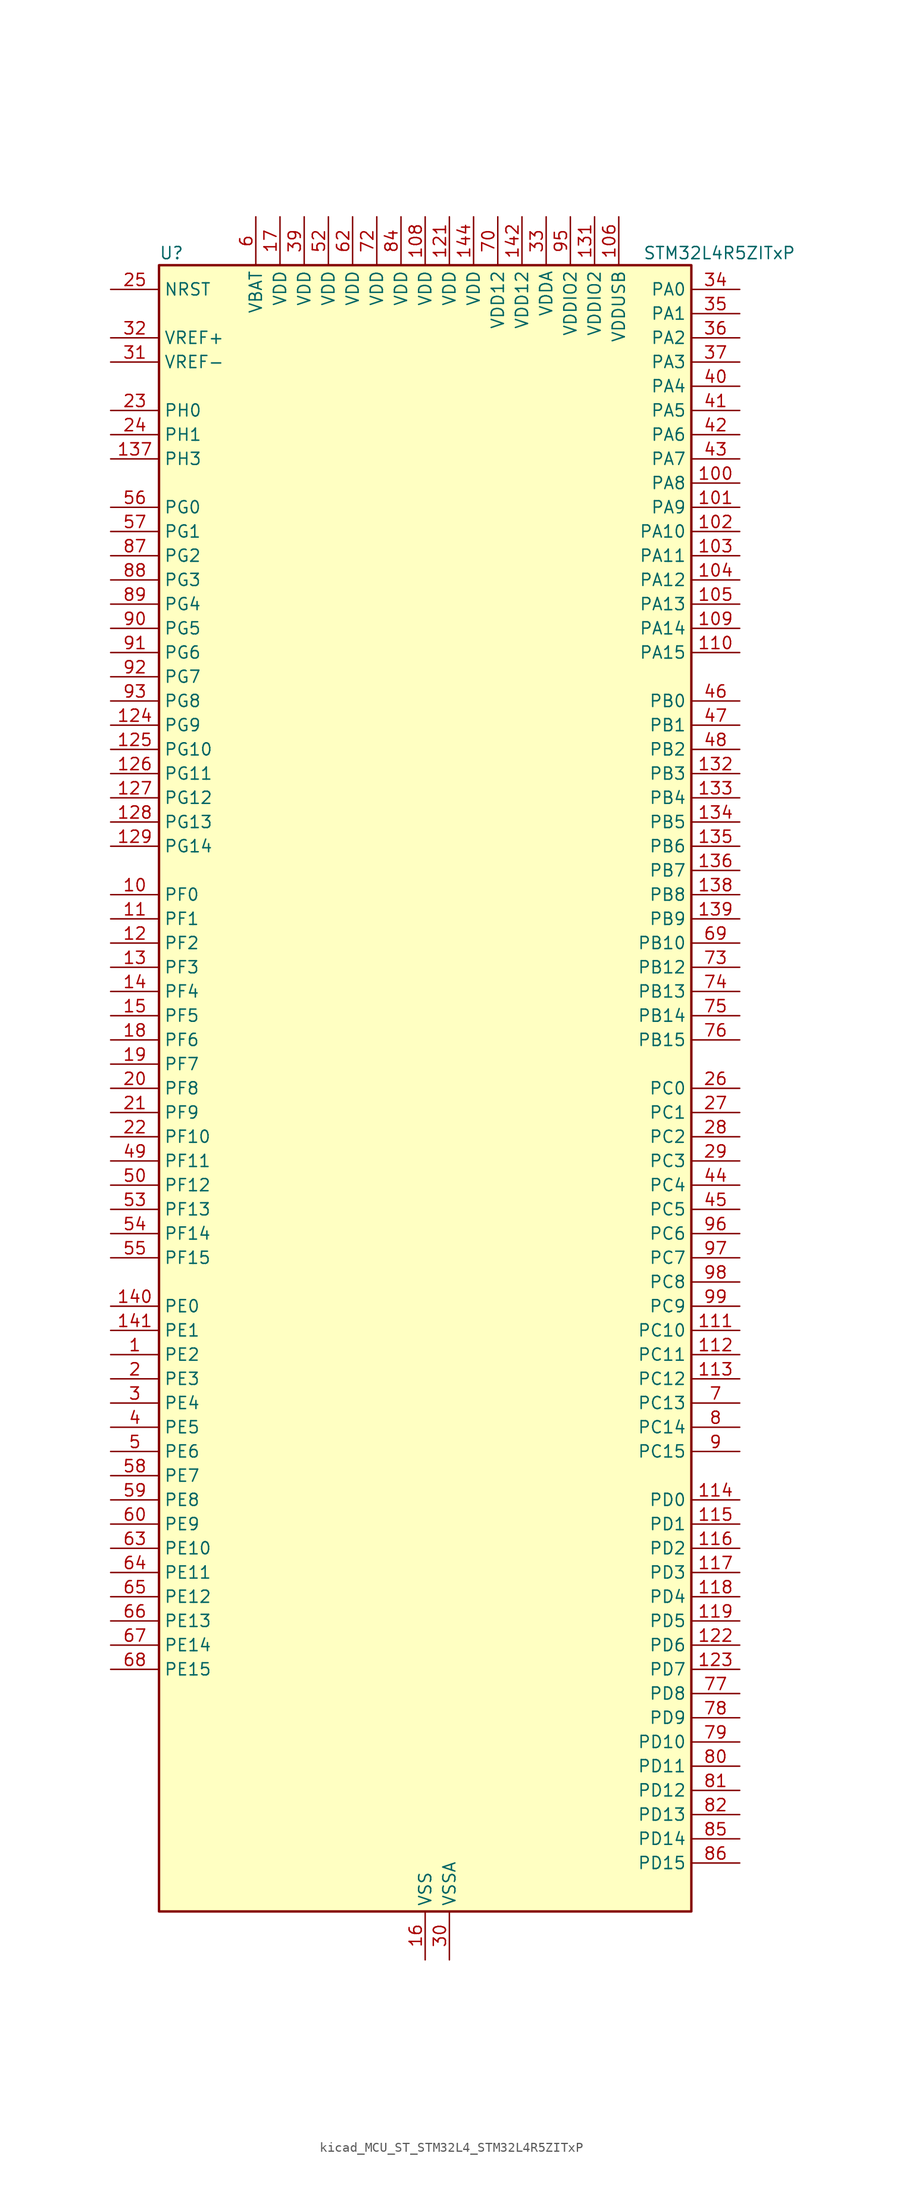
<source format=kicad_sym>
(kicad_symbol_lib
  (version 20220914)
  (generator kicad_symbol_editor)
  (symbol "kicad_MCU_ST_STM32L4_STM32L4R5ZITxP"
    (property "Reference" "U"
      (at -27.94 87.63 0)
      (effects (font (size 1.27 1.27)) (justify left)))
    (property "Value" "STM32L4R5ZITxP"
      (at 22.86 87.63 0)
      (effects (font (size 1.27 1.27)) (justify left)))
    (property "ki_locked" ""
      (at 0 0 0)
      (effects (font (size 1.27 1.27))))
    (symbol "kicad_MCU_ST_STM32L4_STM32L4R5ZITxP_0_1"
      (rectangle (start -27.94 -86.36) (end 27.94 86.36) (stroke (width 0.254) (type default)) (fill (type background))))
    (symbol "kicad_MCU_ST_STM32L4_STM32L4R5ZITxP_1_1"
      (pin bidirectional line (at -33.02 -27.94 0) (length 5.08) (name "PE2" (effects (font (size 1.27 1.27)))) (number "1" (effects (font (size 1.27 1.27)))) (alternate "FMC_A23" bidirectional line) (alternate "SAI1_CK1" bidirectional line) (alternate "SAI1_MCLK_A" bidirectional line) (alternate "SYS_TRACECLK" bidirectional line) (alternate "TIM3_ETR" bidirectional line) (alternate "TSC_G7_IO1" bidirectional line))
      (pin bidirectional line (at -33.02 20.32 0) (length 5.08) (name "PF0" (effects (font (size 1.27 1.27)))) (number "10" (effects (font (size 1.27 1.27)))) (alternate "FMC_A0" bidirectional line) (alternate "I2C2_SDA" bidirectional line) (alternate "OCTOSPIM_P2_IO0" bidirectional line))
      (pin bidirectional line (at 33.02 63.5 180) (length 5.08) (name "PA8" (effects (font (size 1.27 1.27)))) (number "100" (effects (font (size 1.27 1.27)))) (alternate "LPTIM2_OUT" bidirectional line) (alternate "RCC_MCO" bidirectional line) (alternate "SAI1_CK2" bidirectional line) (alternate "SAI1_SCK_A" bidirectional line) (alternate "TIM1_CH1" bidirectional line) (alternate "USART1_CK" bidirectional line) (alternate "USB_OTG_FS_SOF" bidirectional line))
      (pin bidirectional line (at 33.02 60.96 180) (length 5.08) (name "PA9" (effects (font (size 1.27 1.27)))) (number "101" (effects (font (size 1.27 1.27)))) (alternate "DAC1_EXTI9" bidirectional line) (alternate "DCMI_D0" bidirectional line) (alternate "SAI1_FS_A" bidirectional line) (alternate "SPI2_SCK" bidirectional line) (alternate "TIM15_BKIN" bidirectional line) (alternate "TIM1_CH2" bidirectional line) (alternate "USART1_TX" bidirectional line) (alternate "USB_OTG_FS_VBUS" bidirectional line))
      (pin bidirectional line (at 33.02 58.42 180) (length 5.08) (name "PA10" (effects (font (size 1.27 1.27)))) (number "102" (effects (font (size 1.27 1.27)))) (alternate "DCMI_D1" bidirectional line) (alternate "SAI1_D1" bidirectional line) (alternate "SAI1_SD_A" bidirectional line) (alternate "TIM17_BKIN" bidirectional line) (alternate "TIM1_CH3" bidirectional line) (alternate "USART1_RX" bidirectional line) (alternate "USB_OTG_FS_ID" bidirectional line))
      (pin bidirectional line (at 33.02 55.88 180) (length 5.08) (name "PA11" (effects (font (size 1.27 1.27)))) (number "103" (effects (font (size 1.27 1.27)))) (alternate "ADC1_EXTI11" bidirectional line) (alternate "CAN1_RX" bidirectional line) (alternate "SPI1_MISO" bidirectional line) (alternate "TIM1_BKIN2" bidirectional line) (alternate "TIM1_CH4" bidirectional line) (alternate "USART1_CTS" bidirectional line) (alternate "USART1_NSS" bidirectional line) (alternate "USB_OTG_FS_DM" bidirectional line))
      (pin bidirectional line (at 33.02 53.34 180) (length 5.08) (name "PA12" (effects (font (size 1.27 1.27)))) (number "104" (effects (font (size 1.27 1.27)))) (alternate "CAN1_TX" bidirectional line) (alternate "SPI1_MOSI" bidirectional line) (alternate "TIM1_ETR" bidirectional line) (alternate "USART1_DE" bidirectional line) (alternate "USART1_RTS" bidirectional line) (alternate "USB_OTG_FS_DP" bidirectional line))
      (pin bidirectional line (at 33.02 50.8 180) (length 5.08) (name "PA13" (effects (font (size 1.27 1.27)))) (number "105" (effects (font (size 1.27 1.27)))) (alternate "IR_OUT" bidirectional line) (alternate "SAI1_SD_B" bidirectional line) (alternate "SYS_JTMS-SWDIO" bidirectional line) (alternate "USB_OTG_FS_NOE" bidirectional line))
      (pin power_in line (at 20.32 91.44 270) (length 5.08) (name "VDDUSB" (effects (font (size 1.27 1.27)))) (number "106" (effects (font (size 1.27 1.27)))))
      (pin passive line (at 0 -91.44 90) (length 5.08) hide (name "VSS" (effects (font (size 1.27 1.27)))) (number "107" (effects (font (size 1.27 1.27)))))
      (pin power_in line (at 0 91.44 270) (length 5.08) (name "VDD" (effects (font (size 1.27 1.27)))) (number "108" (effects (font (size 1.27 1.27)))))
      (pin bidirectional line (at 33.02 48.26 180) (length 5.08) (name "PA14" (effects (font (size 1.27 1.27)))) (number "109" (effects (font (size 1.27 1.27)))) (alternate "I2C1_SMBA" bidirectional line) (alternate "I2C4_SMBA" bidirectional line) (alternate "LPTIM1_OUT" bidirectional line) (alternate "SAI1_FS_B" bidirectional line) (alternate "SYS_JTCK-SWCLK" bidirectional line) (alternate "USB_OTG_FS_SOF" bidirectional line))
      (pin bidirectional line (at -33.02 17.78 0) (length 5.08) (name "PF1" (effects (font (size 1.27 1.27)))) (number "11" (effects (font (size 1.27 1.27)))) (alternate "FMC_A1" bidirectional line) (alternate "I2C2_SCL" bidirectional line) (alternate "OCTOSPIM_P2_IO1" bidirectional line))
      (pin bidirectional line (at 33.02 45.72 180) (length 5.08) (name "PA15" (effects (font (size 1.27 1.27)))) (number "110" (effects (font (size 1.27 1.27)))) (alternate "ADC1_EXTI15" bidirectional line) (alternate "SAI2_FS_B" bidirectional line) (alternate "SPI1_NSS" bidirectional line) (alternate "SPI3_NSS" bidirectional line) (alternate "SYS_JTDI" bidirectional line) (alternate "TIM2_CH1" bidirectional line) (alternate "TIM2_ETR" bidirectional line) (alternate "TSC_G3_IO1" bidirectional line) (alternate "UART4_DE" bidirectional line) (alternate "UART4_RTS" bidirectional line) (alternate "USART2_RX" bidirectional line) (alternate "USART3_DE" bidirectional line) (alternate "USART3_RTS" bidirectional line))
      (pin bidirectional line (at 33.02 -25.4 180) (length 5.08) (name "PC10" (effects (font (size 1.27 1.27)))) (number "111" (effects (font (size 1.27 1.27)))) (alternate "DCMI_D8" bidirectional line) (alternate "SAI2_SCK_B" bidirectional line) (alternate "SDMMC1_D2" bidirectional line) (alternate "SPI3_SCK" bidirectional line) (alternate "SYS_TRACED1" bidirectional line) (alternate "TSC_G3_IO2" bidirectional line) (alternate "UART4_TX" bidirectional line) (alternate "USART3_TX" bidirectional line))
      (pin bidirectional line (at 33.02 -27.94 180) (length 5.08) (name "PC11" (effects (font (size 1.27 1.27)))) (number "112" (effects (font (size 1.27 1.27)))) (alternate "ADC1_EXTI11" bidirectional line) (alternate "DCMI_D2" bidirectional line) (alternate "DCMI_D4" bidirectional line) (alternate "OCTOSPIM_P1_NCS" bidirectional line) (alternate "SAI2_MCLK_B" bidirectional line) (alternate "SDMMC1_D3" bidirectional line) (alternate "SPI3_MISO" bidirectional line) (alternate "TSC_G3_IO3" bidirectional line) (alternate "UART4_RX" bidirectional line) (alternate "USART3_RX" bidirectional line))
      (pin bidirectional line (at 33.02 -30.48 180) (length 5.08) (name "PC12" (effects (font (size 1.27 1.27)))) (number "113" (effects (font (size 1.27 1.27)))) (alternate "DCMI_D9" bidirectional line) (alternate "SAI2_SD_B" bidirectional line) (alternate "SDMMC1_CK" bidirectional line) (alternate "SPI3_MOSI" bidirectional line) (alternate "SYS_TRACED3" bidirectional line) (alternate "TSC_G3_IO4" bidirectional line) (alternate "UART5_TX" bidirectional line) (alternate "USART3_CK" bidirectional line))
      (pin bidirectional line (at 33.02 -43.18 180) (length 5.08) (name "PD0" (effects (font (size 1.27 1.27)))) (number "114" (effects (font (size 1.27 1.27)))) (alternate "CAN1_RX" bidirectional line) (alternate "DFSDM1_DATIN7" bidirectional line) (alternate "FMC_D2" bidirectional line) (alternate "FMC_DA2" bidirectional line) (alternate "SPI2_NSS" bidirectional line))
      (pin bidirectional line (at 33.02 -45.72 180) (length 5.08) (name "PD1" (effects (font (size 1.27 1.27)))) (number "115" (effects (font (size 1.27 1.27)))) (alternate "CAN1_TX" bidirectional line) (alternate "DFSDM1_CKIN7" bidirectional line) (alternate "FMC_D3" bidirectional line) (alternate "FMC_DA3" bidirectional line) (alternate "SPI2_SCK" bidirectional line))
      (pin bidirectional line (at 33.02 -48.26 180) (length 5.08) (name "PD2" (effects (font (size 1.27 1.27)))) (number "116" (effects (font (size 1.27 1.27)))) (alternate "DCMI_D11" bidirectional line) (alternate "SDMMC1_CMD" bidirectional line) (alternate "SYS_TRACED2" bidirectional line) (alternate "TIM3_ETR" bidirectional line) (alternate "TSC_SYNC" bidirectional line) (alternate "UART5_RX" bidirectional line) (alternate "USART3_DE" bidirectional line) (alternate "USART3_RTS" bidirectional line))
      (pin bidirectional line (at 33.02 -50.8 180) (length 5.08) (name "PD3" (effects (font (size 1.27 1.27)))) (number "117" (effects (font (size 1.27 1.27)))) (alternate "DCMI_D5" bidirectional line) (alternate "DFSDM1_DATIN0" bidirectional line) (alternate "FMC_CLK" bidirectional line) (alternate "OCTOSPIM_P2_NCS" bidirectional line) (alternate "SPI2_MISO" bidirectional line) (alternate "SPI2_SCK" bidirectional line) (alternate "USART2_CTS" bidirectional line) (alternate "USART2_NSS" bidirectional line))
      (pin bidirectional line (at 33.02 -53.34 180) (length 5.08) (name "PD4" (effects (font (size 1.27 1.27)))) (number "118" (effects (font (size 1.27 1.27)))) (alternate "DFSDM1_CKIN0" bidirectional line) (alternate "FMC_NOE" bidirectional line) (alternate "OCTOSPIM_P1_IO4" bidirectional line) (alternate "SPI2_MOSI" bidirectional line) (alternate "USART2_DE" bidirectional line) (alternate "USART2_RTS" bidirectional line))
      (pin bidirectional line (at 33.02 -55.88 180) (length 5.08) (name "PD5" (effects (font (size 1.27 1.27)))) (number "119" (effects (font (size 1.27 1.27)))) (alternate "FMC_NWE" bidirectional line) (alternate "OCTOSPIM_P1_IO5" bidirectional line) (alternate "USART2_TX" bidirectional line))
      (pin bidirectional line (at -33.02 15.24 0) (length 5.08) (name "PF2" (effects (font (size 1.27 1.27)))) (number "12" (effects (font (size 1.27 1.27)))) (alternate "FMC_A2" bidirectional line) (alternate "I2C2_SMBA" bidirectional line) (alternate "OCTOSPIM_P2_IO2" bidirectional line))
      (pin passive line (at 0 -91.44 90) (length 5.08) hide (name "VSS" (effects (font (size 1.27 1.27)))) (number "120" (effects (font (size 1.27 1.27)))))
      (pin power_in line (at 2.54 91.44 270) (length 5.08) (name "VDD" (effects (font (size 1.27 1.27)))) (number "121" (effects (font (size 1.27 1.27)))))
      (pin bidirectional line (at 33.02 -58.42 180) (length 5.08) (name "PD6" (effects (font (size 1.27 1.27)))) (number "122" (effects (font (size 1.27 1.27)))) (alternate "DCMI_D10" bidirectional line) (alternate "DFSDM1_DATIN1" bidirectional line) (alternate "FMC_NWAIT" bidirectional line) (alternate "OCTOSPIM_P1_IO6" bidirectional line) (alternate "SAI1_D1" bidirectional line) (alternate "SAI1_SD_A" bidirectional line) (alternate "SPI3_MOSI" bidirectional line) (alternate "USART2_RX" bidirectional line))
      (pin bidirectional line (at 33.02 -60.96 180) (length 5.08) (name "PD7" (effects (font (size 1.27 1.27)))) (number "123" (effects (font (size 1.27 1.27)))) (alternate "DFSDM1_CKIN1" bidirectional line) (alternate "FMC_NCE" bidirectional line) (alternate "FMC_NE1" bidirectional line) (alternate "OCTOSPIM_P1_IO7" bidirectional line) (alternate "USART2_CK" bidirectional line))
      (pin bidirectional line (at -33.02 38.1 0) (length 5.08) (name "PG9" (effects (font (size 1.27 1.27)))) (number "124" (effects (font (size 1.27 1.27)))) (alternate "DAC1_EXTI9" bidirectional line) (alternate "FMC_NCE" bidirectional line) (alternate "FMC_NE2" bidirectional line) (alternate "OCTOSPIM_P2_IO6" bidirectional line) (alternate "SAI2_SCK_A" bidirectional line) (alternate "SPI3_SCK" bidirectional line) (alternate "TIM15_CH1N" bidirectional line) (alternate "USART1_TX" bidirectional line))
      (pin bidirectional line (at -33.02 35.56 0) (length 5.08) (name "PG10" (effects (font (size 1.27 1.27)))) (number "125" (effects (font (size 1.27 1.27)))) (alternate "FMC_NE3" bidirectional line) (alternate "LPTIM1_IN1" bidirectional line) (alternate "OCTOSPIM_P2_IO7" bidirectional line) (alternate "SAI2_FS_A" bidirectional line) (alternate "SPI3_MISO" bidirectional line) (alternate "TIM15_CH1" bidirectional line) (alternate "USART1_RX" bidirectional line))
      (pin bidirectional line (at -33.02 33.02 0) (length 5.08) (name "PG11" (effects (font (size 1.27 1.27)))) (number "126" (effects (font (size 1.27 1.27)))) (alternate "ADC1_EXTI11" bidirectional line) (alternate "LPTIM1_IN2" bidirectional line) (alternate "OCTOSPIM_P1_IO5" bidirectional line) (alternate "SAI2_MCLK_A" bidirectional line) (alternate "SPI3_MOSI" bidirectional line) (alternate "TIM15_CH2" bidirectional line) (alternate "USART1_CTS" bidirectional line) (alternate "USART1_NSS" bidirectional line))
      (pin bidirectional line (at -33.02 30.48 0) (length 5.08) (name "PG12" (effects (font (size 1.27 1.27)))) (number "127" (effects (font (size 1.27 1.27)))) (alternate "FMC_NE4" bidirectional line) (alternate "LPTIM1_ETR" bidirectional line) (alternate "OCTOSPIM_P2_NCS" bidirectional line) (alternate "SAI2_SD_A" bidirectional line) (alternate "SPI3_NSS" bidirectional line) (alternate "USART1_DE" bidirectional line) (alternate "USART1_RTS" bidirectional line))
      (pin bidirectional line (at -33.02 27.94 0) (length 5.08) (name "PG13" (effects (font (size 1.27 1.27)))) (number "128" (effects (font (size 1.27 1.27)))) (alternate "FMC_A24" bidirectional line) (alternate "I2C1_SDA" bidirectional line) (alternate "USART1_CK" bidirectional line))
      (pin bidirectional line (at -33.02 25.4 0) (length 5.08) (name "PG14" (effects (font (size 1.27 1.27)))) (number "129" (effects (font (size 1.27 1.27)))) (alternate "FMC_A25" bidirectional line) (alternate "I2C1_SCL" bidirectional line))
      (pin bidirectional line (at -33.02 12.7 0) (length 5.08) (name "PF3" (effects (font (size 1.27 1.27)))) (number "13" (effects (font (size 1.27 1.27)))) (alternate "FMC_A3" bidirectional line) (alternate "OCTOSPIM_P2_IO3" bidirectional line))
      (pin passive line (at 0 -91.44 90) (length 5.08) hide (name "VSS" (effects (font (size 1.27 1.27)))) (number "130" (effects (font (size 1.27 1.27)))))
      (pin power_in line (at 17.78 91.44 270) (length 5.08) (name "VDDIO2" (effects (font (size 1.27 1.27)))) (number "131" (effects (font (size 1.27 1.27)))))
      (pin bidirectional line (at 33.02 33.02 180) (length 5.08) (name "PB3" (effects (font (size 1.27 1.27)))) (number "132" (effects (font (size 1.27 1.27)))) (alternate "COMP2_INM" bidirectional line) (alternate "CRS_SYNC" bidirectional line) (alternate "SAI1_SCK_B" bidirectional line) (alternate "SPI1_SCK" bidirectional line) (alternate "SPI3_SCK" bidirectional line) (alternate "SYS_JTDO-SWO" bidirectional line) (alternate "TIM2_CH2" bidirectional line) (alternate "USART1_DE" bidirectional line) (alternate "USART1_RTS" bidirectional line))
      (pin bidirectional line (at 33.02 30.48 180) (length 5.08) (name "PB4" (effects (font (size 1.27 1.27)))) (number "133" (effects (font (size 1.27 1.27)))) (alternate "COMP2_INP" bidirectional line) (alternate "DCMI_D12" bidirectional line) (alternate "I2C3_SDA" bidirectional line) (alternate "SAI1_MCLK_B" bidirectional line) (alternate "SPI1_MISO" bidirectional line) (alternate "SPI3_MISO" bidirectional line) (alternate "SYS_JTRST" bidirectional line) (alternate "TIM17_BKIN" bidirectional line) (alternate "TIM3_CH1" bidirectional line) (alternate "TSC_G2_IO1" bidirectional line) (alternate "UART5_DE" bidirectional line) (alternate "UART5_RTS" bidirectional line) (alternate "USART1_CTS" bidirectional line) (alternate "USART1_NSS" bidirectional line))
      (pin bidirectional line (at 33.02 27.94 180) (length 5.08) (name "PB5" (effects (font (size 1.27 1.27)))) (number "134" (effects (font (size 1.27 1.27)))) (alternate "COMP2_OUT" bidirectional line) (alternate "DCMI_D10" bidirectional line) (alternate "I2C1_SMBA" bidirectional line) (alternate "LPTIM1_IN1" bidirectional line) (alternate "SAI1_SD_B" bidirectional line) (alternate "SPI1_MOSI" bidirectional line) (alternate "SPI3_MOSI" bidirectional line) (alternate "TIM16_BKIN" bidirectional line) (alternate "TIM3_CH2" bidirectional line) (alternate "TSC_G2_IO2" bidirectional line) (alternate "UART5_CTS" bidirectional line) (alternate "USART1_CK" bidirectional line))
      (pin bidirectional line (at 33.02 25.4 180) (length 5.08) (name "PB6" (effects (font (size 1.27 1.27)))) (number "135" (effects (font (size 1.27 1.27)))) (alternate "COMP2_INP" bidirectional line) (alternate "DCMI_D5" bidirectional line) (alternate "DFSDM1_DATIN5" bidirectional line) (alternate "I2C1_SCL" bidirectional line) (alternate "I2C4_SCL" bidirectional line) (alternate "LPTIM1_ETR" bidirectional line) (alternate "SAI1_FS_B" bidirectional line) (alternate "TIM16_CH1N" bidirectional line) (alternate "TIM4_CH1" bidirectional line) (alternate "TIM8_BKIN2" bidirectional line) (alternate "TSC_G2_IO3" bidirectional line) (alternate "USART1_TX" bidirectional line))
      (pin bidirectional line (at 33.02 22.86 180) (length 5.08) (name "PB7" (effects (font (size 1.27 1.27)))) (number "136" (effects (font (size 1.27 1.27)))) (alternate "COMP2_INM" bidirectional line) (alternate "DCMI_VSYNC" bidirectional line) (alternate "DFSDM1_CKIN5" bidirectional line) (alternate "FMC_NL" bidirectional line) (alternate "I2C1_SDA" bidirectional line) (alternate "I2C4_SDA" bidirectional line) (alternate "LPTIM1_IN2" bidirectional line) (alternate "SYS_PVD_IN" bidirectional line) (alternate "TIM17_CH1N" bidirectional line) (alternate "TIM4_CH2" bidirectional line) (alternate "TIM8_BKIN" bidirectional line) (alternate "TSC_G2_IO4" bidirectional line) (alternate "UART4_CTS" bidirectional line) (alternate "USART1_RX" bidirectional line))
      (pin bidirectional line (at -33.02 66.04 0) (length 5.08) (name "PH3" (effects (font (size 1.27 1.27)))) (number "137" (effects (font (size 1.27 1.27)))))
      (pin bidirectional line (at 33.02 20.32 180) (length 5.08) (name "PB8" (effects (font (size 1.27 1.27)))) (number "138" (effects (font (size 1.27 1.27)))) (alternate "CAN1_RX" bidirectional line) (alternate "DCMI_D6" bidirectional line) (alternate "DFSDM1_CKOUT" bidirectional line) (alternate "DFSDM1_DATIN6" bidirectional line) (alternate "I2C1_SCL" bidirectional line) (alternate "SAI1_CK1" bidirectional line) (alternate "SAI1_MCLK_A" bidirectional line) (alternate "SDMMC1_CKIN" bidirectional line) (alternate "SDMMC1_D4" bidirectional line) (alternate "TIM16_CH1" bidirectional line) (alternate "TIM4_CH3" bidirectional line))
      (pin bidirectional line (at 33.02 17.78 180) (length 5.08) (name "PB9" (effects (font (size 1.27 1.27)))) (number "139" (effects (font (size 1.27 1.27)))) (alternate "CAN1_TX" bidirectional line) (alternate "DAC1_EXTI9" bidirectional line) (alternate "DCMI_D7" bidirectional line) (alternate "DFSDM1_CKIN6" bidirectional line) (alternate "I2C1_SDA" bidirectional line) (alternate "IR_OUT" bidirectional line) (alternate "SAI1_D2" bidirectional line) (alternate "SAI1_FS_A" bidirectional line) (alternate "SDMMC1_CDIR" bidirectional line) (alternate "SDMMC1_D5" bidirectional line) (alternate "SPI2_NSS" bidirectional line) (alternate "TIM17_CH1" bidirectional line) (alternate "TIM4_CH4" bidirectional line))
      (pin bidirectional line (at -33.02 10.16 0) (length 5.08) (name "PF4" (effects (font (size 1.27 1.27)))) (number "14" (effects (font (size 1.27 1.27)))) (alternate "FMC_A4" bidirectional line) (alternate "OCTOSPIM_P2_CLK" bidirectional line))
      (pin bidirectional line (at -33.02 -22.86 0) (length 5.08) (name "PE0" (effects (font (size 1.27 1.27)))) (number "140" (effects (font (size 1.27 1.27)))) (alternate "DCMI_D2" bidirectional line) (alternate "FMC_NBL0" bidirectional line) (alternate "TIM16_CH1" bidirectional line) (alternate "TIM4_ETR" bidirectional line))
      (pin bidirectional line (at -33.02 -25.4 0) (length 5.08) (name "PE1" (effects (font (size 1.27 1.27)))) (number "141" (effects (font (size 1.27 1.27)))) (alternate "DCMI_D3" bidirectional line) (alternate "FMC_NBL1" bidirectional line) (alternate "TIM17_CH1" bidirectional line))
      (pin power_in line (at 10.16 91.44 270) (length 5.08) (name "VDD12" (effects (font (size 1.27 1.27)))) (number "142" (effects (font (size 1.27 1.27)))))
      (pin passive line (at 0 -91.44 90) (length 5.08) hide (name "VSS" (effects (font (size 1.27 1.27)))) (number "143" (effects (font (size 1.27 1.27)))))
      (pin power_in line (at 5.08 91.44 270) (length 5.08) (name "VDD" (effects (font (size 1.27 1.27)))) (number "144" (effects (font (size 1.27 1.27)))))
      (pin bidirectional line (at -33.02 7.62 0) (length 5.08) (name "PF5" (effects (font (size 1.27 1.27)))) (number "15" (effects (font (size 1.27 1.27)))) (alternate "FMC_A5" bidirectional line))
      (pin power_in line (at 0 -91.44 90) (length 5.08) (name "VSS" (effects (font (size 1.27 1.27)))) (number "16" (effects (font (size 1.27 1.27)))))
      (pin power_in line (at -15.24 91.44 270) (length 5.08) (name "VDD" (effects (font (size 1.27 1.27)))) (number "17" (effects (font (size 1.27 1.27)))))
      (pin bidirectional line (at -33.02 5.08 0) (length 5.08) (name "PF6" (effects (font (size 1.27 1.27)))) (number "18" (effects (font (size 1.27 1.27)))) (alternate "OCTOSPIM_P1_IO3" bidirectional line) (alternate "SAI1_SD_B" bidirectional line) (alternate "TIM5_CH1" bidirectional line) (alternate "TIM5_ETR" bidirectional line))
      (pin bidirectional line (at -33.02 2.54 0) (length 5.08) (name "PF7" (effects (font (size 1.27 1.27)))) (number "19" (effects (font (size 1.27 1.27)))) (alternate "OCTOSPIM_P1_IO2" bidirectional line) (alternate "SAI1_MCLK_B" bidirectional line) (alternate "TIM5_CH2" bidirectional line))
      (pin bidirectional line (at -33.02 -30.48 0) (length 5.08) (name "PE3" (effects (font (size 1.27 1.27)))) (number "2" (effects (font (size 1.27 1.27)))) (alternate "FMC_A19" bidirectional line) (alternate "OCTOSPIM_P1_DQS" bidirectional line) (alternate "SAI1_SD_B" bidirectional line) (alternate "SYS_TRACED0" bidirectional line) (alternate "TIM3_CH1" bidirectional line) (alternate "TSC_G7_IO2" bidirectional line))
      (pin bidirectional line (at -33.02 0 0) (length 5.08) (name "PF8" (effects (font (size 1.27 1.27)))) (number "20" (effects (font (size 1.27 1.27)))) (alternate "OCTOSPIM_P1_IO0" bidirectional line) (alternate "SAI1_SCK_B" bidirectional line) (alternate "TIM5_CH3" bidirectional line))
      (pin bidirectional line (at -33.02 -2.54 0) (length 5.08) (name "PF9" (effects (font (size 1.27 1.27)))) (number "21" (effects (font (size 1.27 1.27)))) (alternate "DAC1_EXTI9" bidirectional line) (alternate "OCTOSPIM_P1_IO1" bidirectional line) (alternate "SAI1_FS_B" bidirectional line) (alternate "TIM15_CH1" bidirectional line) (alternate "TIM5_CH4" bidirectional line))
      (pin bidirectional line (at -33.02 -5.08 0) (length 5.08) (name "PF10" (effects (font (size 1.27 1.27)))) (number "22" (effects (font (size 1.27 1.27)))) (alternate "DCMI_D11" bidirectional line) (alternate "DFSDM1_CKOUT" bidirectional line) (alternate "OCTOSPIM_P1_CLK" bidirectional line) (alternate "SAI1_D3" bidirectional line) (alternate "TIM15_CH2" bidirectional line))
      (pin bidirectional line (at -33.02 71.12 0) (length 5.08) (name "PH0" (effects (font (size 1.27 1.27)))) (number "23" (effects (font (size 1.27 1.27)))) (alternate "RCC_OSC_IN" bidirectional line))
      (pin bidirectional line (at -33.02 68.58 0) (length 5.08) (name "PH1" (effects (font (size 1.27 1.27)))) (number "24" (effects (font (size 1.27 1.27)))) (alternate "RCC_OSC_OUT" bidirectional line))
      (pin input line (at -33.02 83.82 0) (length 5.08) (name "NRST" (effects (font (size 1.27 1.27)))) (number "25" (effects (font (size 1.27 1.27)))))
      (pin bidirectional line (at 33.02 0 180) (length 5.08) (name "PC0" (effects (font (size 1.27 1.27)))) (number "26" (effects (font (size 1.27 1.27)))) (alternate "ADC1_IN1" bidirectional line) (alternate "DFSDM1_DATIN4" bidirectional line) (alternate "I2C3_SCL" bidirectional line) (alternate "LPTIM1_IN1" bidirectional line) (alternate "LPTIM2_IN1" bidirectional line) (alternate "LPUART1_RX" bidirectional line) (alternate "SAI2_FS_A" bidirectional line))
      (pin bidirectional line (at 33.02 -2.54 180) (length 5.08) (name "PC1" (effects (font (size 1.27 1.27)))) (number "27" (effects (font (size 1.27 1.27)))) (alternate "ADC1_IN2" bidirectional line) (alternate "DFSDM1_CKIN4" bidirectional line) (alternate "I2C3_SDA" bidirectional line) (alternate "LPTIM1_OUT" bidirectional line) (alternate "LPUART1_TX" bidirectional line) (alternate "OCTOSPIM_P1_IO4" bidirectional line) (alternate "SAI1_SD_A" bidirectional line) (alternate "SPI2_MOSI" bidirectional line) (alternate "SYS_TRACED0" bidirectional line))
      (pin bidirectional line (at 33.02 -5.08 180) (length 5.08) (name "PC2" (effects (font (size 1.27 1.27)))) (number "28" (effects (font (size 1.27 1.27)))) (alternate "ADC1_IN3" bidirectional line) (alternate "DFSDM1_CKOUT" bidirectional line) (alternate "LPTIM1_IN2" bidirectional line) (alternate "OCTOSPIM_P1_IO5" bidirectional line) (alternate "SPI2_MISO" bidirectional line))
      (pin bidirectional line (at 33.02 -7.62 180) (length 5.08) (name "PC3" (effects (font (size 1.27 1.27)))) (number "29" (effects (font (size 1.27 1.27)))) (alternate "ADC1_IN4" bidirectional line) (alternate "LPTIM1_ETR" bidirectional line) (alternate "LPTIM2_ETR" bidirectional line) (alternate "OCTOSPIM_P1_IO6" bidirectional line) (alternate "SAI1_D1" bidirectional line) (alternate "SAI1_SD_A" bidirectional line) (alternate "SPI2_MOSI" bidirectional line))
      (pin bidirectional line (at -33.02 -33.02 0) (length 5.08) (name "PE4" (effects (font (size 1.27 1.27)))) (number "3" (effects (font (size 1.27 1.27)))) (alternate "DCMI_D4" bidirectional line) (alternate "DFSDM1_DATIN3" bidirectional line) (alternate "FMC_A20" bidirectional line) (alternate "SAI1_D2" bidirectional line) (alternate "SAI1_FS_A" bidirectional line) (alternate "SYS_TRACED1" bidirectional line) (alternate "TIM3_CH2" bidirectional line) (alternate "TSC_G7_IO3" bidirectional line))
      (pin power_in line (at 2.54 -91.44 90) (length 5.08) (name "VSSA" (effects (font (size 1.27 1.27)))) (number "30" (effects (font (size 1.27 1.27)))))
      (pin input line (at -33.02 76.2 0) (length 5.08) (name "VREF-" (effects (font (size 1.27 1.27)))) (number "31" (effects (font (size 1.27 1.27)))))
      (pin input line (at -33.02 78.74 0) (length 5.08) (name "VREF+" (effects (font (size 1.27 1.27)))) (number "32" (effects (font (size 1.27 1.27)))) (alternate "VREFBUF_OUT" bidirectional line))
      (pin power_in line (at 12.7 91.44 270) (length 5.08) (name "VDDA" (effects (font (size 1.27 1.27)))) (number "33" (effects (font (size 1.27 1.27)))))
      (pin bidirectional line (at 33.02 83.82 180) (length 5.08) (name "PA0" (effects (font (size 1.27 1.27)))) (number "34" (effects (font (size 1.27 1.27)))) (alternate "ADC1_IN5" bidirectional line) (alternate "OPAMP1_VINP" bidirectional line) (alternate "RTC_TAMP2" bidirectional line) (alternate "SAI1_EXTCLK" bidirectional line) (alternate "SYS_WKUP1" bidirectional line) (alternate "TIM2_CH1" bidirectional line) (alternate "TIM2_ETR" bidirectional line) (alternate "TIM5_CH1" bidirectional line) (alternate "TIM8_ETR" bidirectional line) (alternate "UART4_TX" bidirectional line) (alternate "USART2_CTS" bidirectional line) (alternate "USART2_NSS" bidirectional line))
      (pin bidirectional line (at 33.02 81.28 180) (length 5.08) (name "PA1" (effects (font (size 1.27 1.27)))) (number "35" (effects (font (size 1.27 1.27)))) (alternate "ADC1_IN6" bidirectional line) (alternate "I2C1_SMBA" bidirectional line) (alternate "OCTOSPIM_P1_DQS" bidirectional line) (alternate "OPAMP1_VINM" bidirectional line) (alternate "SPI1_SCK" bidirectional line) (alternate "TIM15_CH1N" bidirectional line) (alternate "TIM2_CH2" bidirectional line) (alternate "TIM5_CH2" bidirectional line) (alternate "UART4_RX" bidirectional line) (alternate "USART2_DE" bidirectional line) (alternate "USART2_RTS" bidirectional line))
      (pin bidirectional line (at 33.02 78.74 180) (length 5.08) (name "PA2" (effects (font (size 1.27 1.27)))) (number "36" (effects (font (size 1.27 1.27)))) (alternate "ADC1_IN7" bidirectional line) (alternate "LPUART1_TX" bidirectional line) (alternate "OCTOSPIM_P1_NCS" bidirectional line) (alternate "RCC_LSCO" bidirectional line) (alternate "SAI2_EXTCLK" bidirectional line) (alternate "SYS_WKUP4" bidirectional line) (alternate "TIM15_CH1" bidirectional line) (alternate "TIM2_CH3" bidirectional line) (alternate "TIM5_CH3" bidirectional line) (alternate "USART2_TX" bidirectional line))
      (pin bidirectional line (at 33.02 76.2 180) (length 5.08) (name "PA3" (effects (font (size 1.27 1.27)))) (number "37" (effects (font (size 1.27 1.27)))) (alternate "ADC1_IN8" bidirectional line) (alternate "LPUART1_RX" bidirectional line) (alternate "OCTOSPIM_P1_CLK" bidirectional line) (alternate "OPAMP1_VOUT" bidirectional line) (alternate "SAI1_CK1" bidirectional line) (alternate "SAI1_MCLK_A" bidirectional line) (alternate "TIM15_CH2" bidirectional line) (alternate "TIM2_CH4" bidirectional line) (alternate "TIM5_CH4" bidirectional line) (alternate "USART2_RX" bidirectional line))
      (pin passive line (at 0 -91.44 90) (length 5.08) hide (name "VSS" (effects (font (size 1.27 1.27)))) (number "38" (effects (font (size 1.27 1.27)))))
      (pin power_in line (at -12.7 91.44 270) (length 5.08) (name "VDD" (effects (font (size 1.27 1.27)))) (number "39" (effects (font (size 1.27 1.27)))))
      (pin bidirectional line (at -33.02 -35.56 0) (length 5.08) (name "PE5" (effects (font (size 1.27 1.27)))) (number "4" (effects (font (size 1.27 1.27)))) (alternate "DCMI_D6" bidirectional line) (alternate "DFSDM1_CKIN3" bidirectional line) (alternate "FMC_A21" bidirectional line) (alternate "SAI1_CK2" bidirectional line) (alternate "SAI1_SCK_A" bidirectional line) (alternate "SYS_TRACED2" bidirectional line) (alternate "TIM3_CH3" bidirectional line) (alternate "TSC_G7_IO4" bidirectional line))
      (pin bidirectional line (at 33.02 73.66 180) (length 5.08) (name "PA4" (effects (font (size 1.27 1.27)))) (number "40" (effects (font (size 1.27 1.27)))) (alternate "ADC1_IN9" bidirectional line) (alternate "DAC1_OUT1" bidirectional line) (alternate "DCMI_HSYNC" bidirectional line) (alternate "LPTIM2_OUT" bidirectional line) (alternate "OCTOSPIM_P1_NCS" bidirectional line) (alternate "SAI1_FS_B" bidirectional line) (alternate "SPI1_NSS" bidirectional line) (alternate "SPI3_NSS" bidirectional line) (alternate "USART2_CK" bidirectional line))
      (pin bidirectional line (at 33.02 71.12 180) (length 5.08) (name "PA5" (effects (font (size 1.27 1.27)))) (number "41" (effects (font (size 1.27 1.27)))) (alternate "ADC1_IN10" bidirectional line) (alternate "DAC1_OUT2" bidirectional line) (alternate "LPTIM2_ETR" bidirectional line) (alternate "SPI1_SCK" bidirectional line) (alternate "TIM2_CH1" bidirectional line) (alternate "TIM2_ETR" bidirectional line) (alternate "TIM8_CH1N" bidirectional line))
      (pin bidirectional line (at 33.02 68.58 180) (length 5.08) (name "PA6" (effects (font (size 1.27 1.27)))) (number "42" (effects (font (size 1.27 1.27)))) (alternate "ADC1_IN11" bidirectional line) (alternate "DCMI_PIXCLK" bidirectional line) (alternate "LPUART1_CTS" bidirectional line) (alternate "OCTOSPIM_P1_IO3" bidirectional line) (alternate "OPAMP2_VINP" bidirectional line) (alternate "SPI1_MISO" bidirectional line) (alternate "TIM16_CH1" bidirectional line) (alternate "TIM1_BKIN" bidirectional line) (alternate "TIM3_CH1" bidirectional line) (alternate "TIM8_BKIN" bidirectional line) (alternate "USART3_CTS" bidirectional line) (alternate "USART3_NSS" bidirectional line))
      (pin bidirectional line (at 33.02 66.04 180) (length 5.08) (name "PA7" (effects (font (size 1.27 1.27)))) (number "43" (effects (font (size 1.27 1.27)))) (alternate "ADC1_IN12" bidirectional line) (alternate "I2C3_SCL" bidirectional line) (alternate "OCTOSPIM_P1_IO2" bidirectional line) (alternate "OPAMP2_VINM" bidirectional line) (alternate "SPI1_MOSI" bidirectional line) (alternate "TIM17_CH1" bidirectional line) (alternate "TIM1_CH1N" bidirectional line) (alternate "TIM3_CH2" bidirectional line) (alternate "TIM8_CH1N" bidirectional line))
      (pin bidirectional line (at 33.02 -10.16 180) (length 5.08) (name "PC4" (effects (font (size 1.27 1.27)))) (number "44" (effects (font (size 1.27 1.27)))) (alternate "ADC1_IN13" bidirectional line) (alternate "COMP1_INM" bidirectional line) (alternate "OCTOSPIM_P1_IO7" bidirectional line) (alternate "USART3_TX" bidirectional line))
      (pin bidirectional line (at 33.02 -12.7 180) (length 5.08) (name "PC5" (effects (font (size 1.27 1.27)))) (number "45" (effects (font (size 1.27 1.27)))) (alternate "ADC1_IN14" bidirectional line) (alternate "COMP1_INP" bidirectional line) (alternate "SAI1_D3" bidirectional line) (alternate "SYS_WKUP5" bidirectional line) (alternate "USART3_RX" bidirectional line))
      (pin bidirectional line (at 33.02 40.64 180) (length 5.08) (name "PB0" (effects (font (size 1.27 1.27)))) (number "46" (effects (font (size 1.27 1.27)))) (alternate "ADC1_IN15" bidirectional line) (alternate "COMP1_OUT" bidirectional line) (alternate "OCTOSPIM_P1_IO1" bidirectional line) (alternate "OPAMP2_VOUT" bidirectional line) (alternate "SAI1_EXTCLK" bidirectional line) (alternate "SPI1_NSS" bidirectional line) (alternate "TIM1_CH2N" bidirectional line) (alternate "TIM3_CH3" bidirectional line) (alternate "TIM8_CH2N" bidirectional line) (alternate "USART3_CK" bidirectional line))
      (pin bidirectional line (at 33.02 38.1 180) (length 5.08) (name "PB1" (effects (font (size 1.27 1.27)))) (number "47" (effects (font (size 1.27 1.27)))) (alternate "ADC1_IN16" bidirectional line) (alternate "COMP1_INM" bidirectional line) (alternate "DFSDM1_DATIN0" bidirectional line) (alternate "LPTIM2_IN1" bidirectional line) (alternate "LPUART1_DE" bidirectional line) (alternate "LPUART1_RTS" bidirectional line) (alternate "OCTOSPIM_P1_IO0" bidirectional line) (alternate "TIM1_CH3N" bidirectional line) (alternate "TIM3_CH4" bidirectional line) (alternate "TIM8_CH3N" bidirectional line) (alternate "USART3_DE" bidirectional line) (alternate "USART3_RTS" bidirectional line))
      (pin bidirectional line (at 33.02 35.56 180) (length 5.08) (name "PB2" (effects (font (size 1.27 1.27)))) (number "48" (effects (font (size 1.27 1.27)))) (alternate "COMP1_INP" bidirectional line) (alternate "DFSDM1_CKIN0" bidirectional line) (alternate "I2C3_SMBA" bidirectional line) (alternate "LPTIM1_OUT" bidirectional line) (alternate "OCTOSPIM_P1_DQS" bidirectional line) (alternate "RTC_OUT_ALARM" bidirectional line) (alternate "RTC_OUT_CALIB" bidirectional line))
      (pin bidirectional line (at -33.02 -7.62 0) (length 5.08) (name "PF11" (effects (font (size 1.27 1.27)))) (number "49" (effects (font (size 1.27 1.27)))) (alternate "ADC1_EXTI11" bidirectional line) (alternate "DCMI_D12" bidirectional line))
      (pin bidirectional line (at -33.02 -38.1 0) (length 5.08) (name "PE6" (effects (font (size 1.27 1.27)))) (number "5" (effects (font (size 1.27 1.27)))) (alternate "DCMI_D7" bidirectional line) (alternate "FMC_A22" bidirectional line) (alternate "RTC_TAMP3" bidirectional line) (alternate "SAI1_D1" bidirectional line) (alternate "SAI1_SD_A" bidirectional line) (alternate "SYS_TRACED3" bidirectional line) (alternate "SYS_WKUP3" bidirectional line) (alternate "TIM3_CH4" bidirectional line))
      (pin bidirectional line (at -33.02 -10.16 0) (length 5.08) (name "PF12" (effects (font (size 1.27 1.27)))) (number "50" (effects (font (size 1.27 1.27)))) (alternate "FMC_A6" bidirectional line) (alternate "OCTOSPIM_P2_DQS" bidirectional line))
      (pin passive line (at 0 -91.44 90) (length 5.08) hide (name "VSS" (effects (font (size 1.27 1.27)))) (number "51" (effects (font (size 1.27 1.27)))))
      (pin power_in line (at -10.16 91.44 270) (length 5.08) (name "VDD" (effects (font (size 1.27 1.27)))) (number "52" (effects (font (size 1.27 1.27)))))
      (pin bidirectional line (at -33.02 -12.7 0) (length 5.08) (name "PF13" (effects (font (size 1.27 1.27)))) (number "53" (effects (font (size 1.27 1.27)))) (alternate "DFSDM1_DATIN6" bidirectional line) (alternate "FMC_A7" bidirectional line) (alternate "I2C4_SMBA" bidirectional line))
      (pin bidirectional line (at -33.02 -15.24 0) (length 5.08) (name "PF14" (effects (font (size 1.27 1.27)))) (number "54" (effects (font (size 1.27 1.27)))) (alternate "DFSDM1_CKIN6" bidirectional line) (alternate "FMC_A8" bidirectional line) (alternate "I2C4_SCL" bidirectional line) (alternate "TSC_G8_IO1" bidirectional line))
      (pin bidirectional line (at -33.02 -17.78 0) (length 5.08) (name "PF15" (effects (font (size 1.27 1.27)))) (number "55" (effects (font (size 1.27 1.27)))) (alternate "ADC1_EXTI15" bidirectional line) (alternate "FMC_A9" bidirectional line) (alternate "I2C4_SDA" bidirectional line) (alternate "TSC_G8_IO2" bidirectional line))
      (pin bidirectional line (at -33.02 60.96 0) (length 5.08) (name "PG0" (effects (font (size 1.27 1.27)))) (number "56" (effects (font (size 1.27 1.27)))) (alternate "FMC_A10" bidirectional line) (alternate "OCTOSPIM_P2_IO4" bidirectional line) (alternate "TSC_G8_IO3" bidirectional line))
      (pin bidirectional line (at -33.02 58.42 0) (length 5.08) (name "PG1" (effects (font (size 1.27 1.27)))) (number "57" (effects (font (size 1.27 1.27)))) (alternate "FMC_A11" bidirectional line) (alternate "OCTOSPIM_P2_IO5" bidirectional line) (alternate "TSC_G8_IO4" bidirectional line))
      (pin bidirectional line (at -33.02 -40.64 0) (length 5.08) (name "PE7" (effects (font (size 1.27 1.27)))) (number "58" (effects (font (size 1.27 1.27)))) (alternate "DFSDM1_DATIN2" bidirectional line) (alternate "FMC_D4" bidirectional line) (alternate "FMC_DA4" bidirectional line) (alternate "SAI1_SD_B" bidirectional line) (alternate "TIM1_ETR" bidirectional line))
      (pin bidirectional line (at -33.02 -43.18 0) (length 5.08) (name "PE8" (effects (font (size 1.27 1.27)))) (number "59" (effects (font (size 1.27 1.27)))) (alternate "DFSDM1_CKIN2" bidirectional line) (alternate "FMC_D5" bidirectional line) (alternate "FMC_DA5" bidirectional line) (alternate "SAI1_SCK_B" bidirectional line) (alternate "TIM1_CH1N" bidirectional line))
      (pin power_in line (at -17.78 91.44 270) (length 5.08) (name "VBAT" (effects (font (size 1.27 1.27)))) (number "6" (effects (font (size 1.27 1.27)))))
      (pin bidirectional line (at -33.02 -45.72 0) (length 5.08) (name "PE9" (effects (font (size 1.27 1.27)))) (number "60" (effects (font (size 1.27 1.27)))) (alternate "DAC1_EXTI9" bidirectional line) (alternate "DFSDM1_CKOUT" bidirectional line) (alternate "FMC_D6" bidirectional line) (alternate "FMC_DA6" bidirectional line) (alternate "SAI1_FS_B" bidirectional line) (alternate "TIM1_CH1" bidirectional line))
      (pin passive line (at 0 -91.44 90) (length 5.08) hide (name "VSS" (effects (font (size 1.27 1.27)))) (number "61" (effects (font (size 1.27 1.27)))))
      (pin power_in line (at -7.62 91.44 270) (length 5.08) (name "VDD" (effects (font (size 1.27 1.27)))) (number "62" (effects (font (size 1.27 1.27)))))
      (pin bidirectional line (at -33.02 -48.26 0) (length 5.08) (name "PE10" (effects (font (size 1.27 1.27)))) (number "63" (effects (font (size 1.27 1.27)))) (alternate "DFSDM1_DATIN4" bidirectional line) (alternate "FMC_D7" bidirectional line) (alternate "FMC_DA7" bidirectional line) (alternate "OCTOSPIM_P1_CLK" bidirectional line) (alternate "SAI1_MCLK_B" bidirectional line) (alternate "TIM1_CH2N" bidirectional line) (alternate "TSC_G5_IO1" bidirectional line))
      (pin bidirectional line (at -33.02 -50.8 0) (length 5.08) (name "PE11" (effects (font (size 1.27 1.27)))) (number "64" (effects (font (size 1.27 1.27)))) (alternate "ADC1_EXTI11" bidirectional line) (alternate "DFSDM1_CKIN4" bidirectional line) (alternate "FMC_D8" bidirectional line) (alternate "FMC_DA8" bidirectional line) (alternate "OCTOSPIM_P1_NCS" bidirectional line) (alternate "TIM1_CH2" bidirectional line) (alternate "TSC_G5_IO2" bidirectional line))
      (pin bidirectional line (at -33.02 -53.34 0) (length 5.08) (name "PE12" (effects (font (size 1.27 1.27)))) (number "65" (effects (font (size 1.27 1.27)))) (alternate "DFSDM1_DATIN5" bidirectional line) (alternate "FMC_D9" bidirectional line) (alternate "FMC_DA9" bidirectional line) (alternate "OCTOSPIM_P1_IO0" bidirectional line) (alternate "SPI1_NSS" bidirectional line) (alternate "TIM1_CH3N" bidirectional line) (alternate "TSC_G5_IO3" bidirectional line))
      (pin bidirectional line (at -33.02 -55.88 0) (length 5.08) (name "PE13" (effects (font (size 1.27 1.27)))) (number "66" (effects (font (size 1.27 1.27)))) (alternate "DFSDM1_CKIN5" bidirectional line) (alternate "FMC_D10" bidirectional line) (alternate "FMC_DA10" bidirectional line) (alternate "OCTOSPIM_P1_IO1" bidirectional line) (alternate "SPI1_SCK" bidirectional line) (alternate "TIM1_CH3" bidirectional line) (alternate "TSC_G5_IO4" bidirectional line))
      (pin bidirectional line (at -33.02 -58.42 0) (length 5.08) (name "PE14" (effects (font (size 1.27 1.27)))) (number "67" (effects (font (size 1.27 1.27)))) (alternate "FMC_D11" bidirectional line) (alternate "FMC_DA11" bidirectional line) (alternate "OCTOSPIM_P1_IO2" bidirectional line) (alternate "SPI1_MISO" bidirectional line) (alternate "TIM1_BKIN2" bidirectional line) (alternate "TIM1_CH4" bidirectional line))
      (pin bidirectional line (at -33.02 -60.96 0) (length 5.08) (name "PE15" (effects (font (size 1.27 1.27)))) (number "68" (effects (font (size 1.27 1.27)))) (alternate "ADC1_EXTI15" bidirectional line) (alternate "FMC_D12" bidirectional line) (alternate "FMC_DA12" bidirectional line) (alternate "OCTOSPIM_P1_IO3" bidirectional line) (alternate "SPI1_MOSI" bidirectional line) (alternate "TIM1_BKIN" bidirectional line))
      (pin bidirectional line (at 33.02 15.24 180) (length 5.08) (name "PB10" (effects (font (size 1.27 1.27)))) (number "69" (effects (font (size 1.27 1.27)))) (alternate "COMP1_OUT" bidirectional line) (alternate "DFSDM1_DATIN7" bidirectional line) (alternate "I2C2_SCL" bidirectional line) (alternate "I2C4_SCL" bidirectional line) (alternate "LPUART1_RX" bidirectional line) (alternate "OCTOSPIM_P1_CLK" bidirectional line) (alternate "SAI1_SCK_A" bidirectional line) (alternate "SPI2_SCK" bidirectional line) (alternate "TIM2_CH3" bidirectional line) (alternate "TSC_SYNC" bidirectional line) (alternate "USART3_TX" bidirectional line))
      (pin bidirectional line (at 33.02 -33.02 180) (length 5.08) (name "PC13" (effects (font (size 1.27 1.27)))) (number "7" (effects (font (size 1.27 1.27)))) (alternate "RTC_OUT_ALARM" bidirectional line) (alternate "RTC_OUT_CALIB" bidirectional line) (alternate "RTC_TAMP1" bidirectional line) (alternate "RTC_TS" bidirectional line) (alternate "SYS_WKUP2" bidirectional line))
      (pin power_in line (at 7.62 91.44 270) (length 5.08) (name "VDD12" (effects (font (size 1.27 1.27)))) (number "70" (effects (font (size 1.27 1.27)))))
      (pin passive line (at 0 -91.44 90) (length 5.08) hide (name "VSS" (effects (font (size 1.27 1.27)))) (number "71" (effects (font (size 1.27 1.27)))))
      (pin power_in line (at -5.08 91.44 270) (length 5.08) (name "VDD" (effects (font (size 1.27 1.27)))) (number "72" (effects (font (size 1.27 1.27)))))
      (pin bidirectional line (at 33.02 12.7 180) (length 5.08) (name "PB12" (effects (font (size 1.27 1.27)))) (number "73" (effects (font (size 1.27 1.27)))) (alternate "DFSDM1_DATIN1" bidirectional line) (alternate "I2C2_SMBA" bidirectional line) (alternate "LPUART1_DE" bidirectional line) (alternate "LPUART1_RTS" bidirectional line) (alternate "SAI2_FS_A" bidirectional line) (alternate "SPI2_NSS" bidirectional line) (alternate "TIM15_BKIN" bidirectional line) (alternate "TIM1_BKIN" bidirectional line) (alternate "TSC_G1_IO1" bidirectional line) (alternate "USART3_CK" bidirectional line))
      (pin bidirectional line (at 33.02 10.16 180) (length 5.08) (name "PB13" (effects (font (size 1.27 1.27)))) (number "74" (effects (font (size 1.27 1.27)))) (alternate "DFSDM1_CKIN1" bidirectional line) (alternate "I2C2_SCL" bidirectional line) (alternate "LPUART1_CTS" bidirectional line) (alternate "SAI2_SCK_A" bidirectional line) (alternate "SPI2_SCK" bidirectional line) (alternate "TIM15_CH1N" bidirectional line) (alternate "TIM1_CH1N" bidirectional line) (alternate "TSC_G1_IO2" bidirectional line) (alternate "USART3_CTS" bidirectional line) (alternate "USART3_NSS" bidirectional line))
      (pin bidirectional line (at 33.02 7.62 180) (length 5.08) (name "PB14" (effects (font (size 1.27 1.27)))) (number "75" (effects (font (size 1.27 1.27)))) (alternate "DFSDM1_DATIN2" bidirectional line) (alternate "I2C2_SDA" bidirectional line) (alternate "SAI2_MCLK_A" bidirectional line) (alternate "SPI2_MISO" bidirectional line) (alternate "TIM15_CH1" bidirectional line) (alternate "TIM1_CH2N" bidirectional line) (alternate "TIM8_CH2N" bidirectional line) (alternate "TSC_G1_IO3" bidirectional line) (alternate "USART3_DE" bidirectional line) (alternate "USART3_RTS" bidirectional line))
      (pin bidirectional line (at 33.02 5.08 180) (length 5.08) (name "PB15" (effects (font (size 1.27 1.27)))) (number "76" (effects (font (size 1.27 1.27)))) (alternate "ADC1_EXTI15" bidirectional line) (alternate "DFSDM1_CKIN2" bidirectional line) (alternate "RTC_REFIN" bidirectional line) (alternate "SAI2_SD_A" bidirectional line) (alternate "SPI2_MOSI" bidirectional line) (alternate "TIM15_CH2" bidirectional line) (alternate "TIM1_CH3N" bidirectional line) (alternate "TIM8_CH3N" bidirectional line) (alternate "TSC_G1_IO4" bidirectional line))
      (pin bidirectional line (at 33.02 -63.5 180) (length 5.08) (name "PD8" (effects (font (size 1.27 1.27)))) (number "77" (effects (font (size 1.27 1.27)))) (alternate "DCMI_HSYNC" bidirectional line) (alternate "FMC_D13" bidirectional line) (alternate "FMC_DA13" bidirectional line) (alternate "USART3_TX" bidirectional line))
      (pin bidirectional line (at 33.02 -66.04 180) (length 5.08) (name "PD9" (effects (font (size 1.27 1.27)))) (number "78" (effects (font (size 1.27 1.27)))) (alternate "DAC1_EXTI9" bidirectional line) (alternate "DCMI_PIXCLK" bidirectional line) (alternate "FMC_D14" bidirectional line) (alternate "FMC_DA14" bidirectional line) (alternate "SAI2_MCLK_A" bidirectional line) (alternate "USART3_RX" bidirectional line))
      (pin bidirectional line (at 33.02 -68.58 180) (length 5.08) (name "PD10" (effects (font (size 1.27 1.27)))) (number "79" (effects (font (size 1.27 1.27)))) (alternate "FMC_D15" bidirectional line) (alternate "FMC_DA15" bidirectional line) (alternate "SAI2_SCK_A" bidirectional line) (alternate "TSC_G6_IO1" bidirectional line) (alternate "USART3_CK" bidirectional line))
      (pin bidirectional line (at 33.02 -35.56 180) (length 5.08) (name "PC14" (effects (font (size 1.27 1.27)))) (number "8" (effects (font (size 1.27 1.27)))) (alternate "RCC_OSC32_IN" bidirectional line))
      (pin bidirectional line (at 33.02 -71.12 180) (length 5.08) (name "PD11" (effects (font (size 1.27 1.27)))) (number "80" (effects (font (size 1.27 1.27)))) (alternate "ADC1_EXTI11" bidirectional line) (alternate "FMC_A16" bidirectional line) (alternate "FMC_CLE" bidirectional line) (alternate "I2C4_SMBA" bidirectional line) (alternate "LPTIM2_ETR" bidirectional line) (alternate "SAI2_SD_A" bidirectional line) (alternate "TSC_G6_IO2" bidirectional line) (alternate "USART3_CTS" bidirectional line) (alternate "USART3_NSS" bidirectional line))
      (pin bidirectional line (at 33.02 -73.66 180) (length 5.08) (name "PD12" (effects (font (size 1.27 1.27)))) (number "81" (effects (font (size 1.27 1.27)))) (alternate "FMC_A17" bidirectional line) (alternate "FMC_ALE" bidirectional line) (alternate "I2C4_SCL" bidirectional line) (alternate "LPTIM2_IN1" bidirectional line) (alternate "SAI2_FS_A" bidirectional line) (alternate "TIM4_CH1" bidirectional line) (alternate "TSC_G6_IO3" bidirectional line) (alternate "USART3_DE" bidirectional line) (alternate "USART3_RTS" bidirectional line))
      (pin bidirectional line (at 33.02 -76.2 180) (length 5.08) (name "PD13" (effects (font (size 1.27 1.27)))) (number "82" (effects (font (size 1.27 1.27)))) (alternate "FMC_A18" bidirectional line) (alternate "I2C4_SDA" bidirectional line) (alternate "LPTIM2_OUT" bidirectional line) (alternate "TIM4_CH2" bidirectional line) (alternate "TSC_G6_IO4" bidirectional line))
      (pin passive line (at 0 -91.44 90) (length 5.08) hide (name "VSS" (effects (font (size 1.27 1.27)))) (number "83" (effects (font (size 1.27 1.27)))))
      (pin power_in line (at -2.54 91.44 270) (length 5.08) (name "VDD" (effects (font (size 1.27 1.27)))) (number "84" (effects (font (size 1.27 1.27)))))
      (pin bidirectional line (at 33.02 -78.74 180) (length 5.08) (name "PD14" (effects (font (size 1.27 1.27)))) (number "85" (effects (font (size 1.27 1.27)))) (alternate "FMC_D0" bidirectional line) (alternate "FMC_DA0" bidirectional line) (alternate "TIM4_CH3" bidirectional line))
      (pin bidirectional line (at 33.02 -81.28 180) (length 5.08) (name "PD15" (effects (font (size 1.27 1.27)))) (number "86" (effects (font (size 1.27 1.27)))) (alternate "ADC1_EXTI15" bidirectional line) (alternate "FMC_D1" bidirectional line) (alternate "FMC_DA1" bidirectional line) (alternate "TIM4_CH4" bidirectional line))
      (pin bidirectional line (at -33.02 55.88 0) (length 5.08) (name "PG2" (effects (font (size 1.27 1.27)))) (number "87" (effects (font (size 1.27 1.27)))) (alternate "FMC_A12" bidirectional line) (alternate "SAI2_SCK_B" bidirectional line) (alternate "SPI1_SCK" bidirectional line))
      (pin bidirectional line (at -33.02 53.34 0) (length 5.08) (name "PG3" (effects (font (size 1.27 1.27)))) (number "88" (effects (font (size 1.27 1.27)))) (alternate "FMC_A13" bidirectional line) (alternate "SAI2_FS_B" bidirectional line) (alternate "SPI1_MISO" bidirectional line))
      (pin bidirectional line (at -33.02 50.8 0) (length 5.08) (name "PG4" (effects (font (size 1.27 1.27)))) (number "89" (effects (font (size 1.27 1.27)))) (alternate "FMC_A14" bidirectional line) (alternate "SAI2_MCLK_B" bidirectional line) (alternate "SPI1_MOSI" bidirectional line))
      (pin bidirectional line (at 33.02 -38.1 180) (length 5.08) (name "PC15" (effects (font (size 1.27 1.27)))) (number "9" (effects (font (size 1.27 1.27)))) (alternate "ADC1_EXTI15" bidirectional line) (alternate "RCC_OSC32_OUT" bidirectional line))
      (pin bidirectional line (at -33.02 48.26 0) (length 5.08) (name "PG5" (effects (font (size 1.27 1.27)))) (number "90" (effects (font (size 1.27 1.27)))) (alternate "FMC_A15" bidirectional line) (alternate "LPUART1_CTS" bidirectional line) (alternate "SAI2_SD_B" bidirectional line) (alternate "SPI1_NSS" bidirectional line))
      (pin bidirectional line (at -33.02 45.72 0) (length 5.08) (name "PG6" (effects (font (size 1.27 1.27)))) (number "91" (effects (font (size 1.27 1.27)))) (alternate "I2C3_SMBA" bidirectional line) (alternate "LPUART1_DE" bidirectional line) (alternate "LPUART1_RTS" bidirectional line) (alternate "OCTOSPIM_P1_DQS" bidirectional line))
      (pin bidirectional line (at -33.02 43.18 0) (length 5.08) (name "PG7" (effects (font (size 1.27 1.27)))) (number "92" (effects (font (size 1.27 1.27)))) (alternate "DFSDM1_CKOUT" bidirectional line) (alternate "FMC_INT" bidirectional line) (alternate "I2C3_SCL" bidirectional line) (alternate "LPUART1_TX" bidirectional line) (alternate "OCTOSPIM_P2_DQS" bidirectional line) (alternate "SAI1_CK1" bidirectional line) (alternate "SAI1_MCLK_A" bidirectional line))
      (pin bidirectional line (at -33.02 40.64 0) (length 5.08) (name "PG8" (effects (font (size 1.27 1.27)))) (number "93" (effects (font (size 1.27 1.27)))) (alternate "I2C3_SDA" bidirectional line) (alternate "LPUART1_RX" bidirectional line))
      (pin passive line (at 0 -91.44 90) (length 5.08) hide (name "VSS" (effects (font (size 1.27 1.27)))) (number "94" (effects (font (size 1.27 1.27)))))
      (pin power_in line (at 15.24 91.44 270) (length 5.08) (name "VDDIO2" (effects (font (size 1.27 1.27)))) (number "95" (effects (font (size 1.27 1.27)))))
      (pin bidirectional line (at 33.02 -15.24 180) (length 5.08) (name "PC6" (effects (font (size 1.27 1.27)))) (number "96" (effects (font (size 1.27 1.27)))) (alternate "DCMI_D0" bidirectional line) (alternate "DFSDM1_CKIN3" bidirectional line) (alternate "SAI2_MCLK_A" bidirectional line) (alternate "SDMMC1_D0DIR" bidirectional line) (alternate "SDMMC1_D6" bidirectional line) (alternate "TIM3_CH1" bidirectional line) (alternate "TIM8_CH1" bidirectional line) (alternate "TSC_G4_IO1" bidirectional line))
      (pin bidirectional line (at 33.02 -17.78 180) (length 5.08) (name "PC7" (effects (font (size 1.27 1.27)))) (number "97" (effects (font (size 1.27 1.27)))) (alternate "DCMI_D1" bidirectional line) (alternate "DFSDM1_DATIN3" bidirectional line) (alternate "SAI2_MCLK_B" bidirectional line) (alternate "SDMMC1_D123DIR" bidirectional line) (alternate "SDMMC1_D7" bidirectional line) (alternate "TIM3_CH2" bidirectional line) (alternate "TIM8_CH2" bidirectional line) (alternate "TSC_G4_IO2" bidirectional line))
      (pin bidirectional line (at 33.02 -20.32 180) (length 5.08) (name "PC8" (effects (font (size 1.27 1.27)))) (number "98" (effects (font (size 1.27 1.27)))) (alternate "DCMI_D2" bidirectional line) (alternate "SDMMC1_D0" bidirectional line) (alternate "TIM3_CH3" bidirectional line) (alternate "TIM8_CH3" bidirectional line) (alternate "TSC_G4_IO3" bidirectional line))
      (pin bidirectional line (at 33.02 -22.86 180) (length 5.08) (name "PC9" (effects (font (size 1.27 1.27)))) (number "99" (effects (font (size 1.27 1.27)))) (alternate "DAC1_EXTI9" bidirectional line) (alternate "DCMI_D3" bidirectional line) (alternate "I2C3_SDA" bidirectional line) (alternate "SAI2_EXTCLK" bidirectional line) (alternate "SDMMC1_D1" bidirectional line) (alternate "SYS_TRACED0" bidirectional line) (alternate "TIM3_CH4" bidirectional line) (alternate "TIM8_BKIN2" bidirectional line) (alternate "TIM8_CH4" bidirectional line) (alternate "TSC_G4_IO4" bidirectional line) (alternate "USB_OTG_FS_NOE" bidirectional line)))))
</source>
